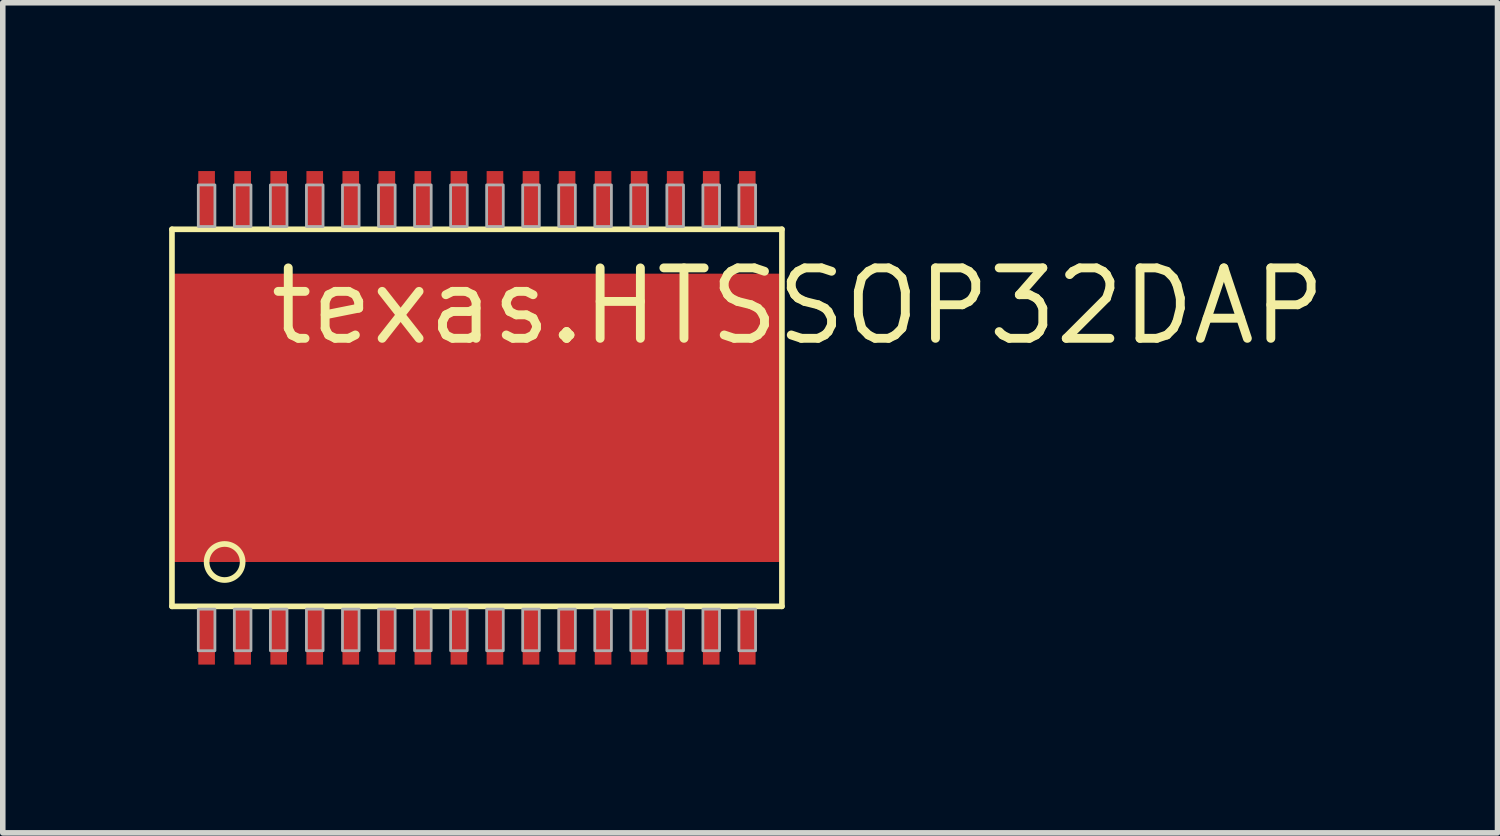
<source format=kicad_pcb>
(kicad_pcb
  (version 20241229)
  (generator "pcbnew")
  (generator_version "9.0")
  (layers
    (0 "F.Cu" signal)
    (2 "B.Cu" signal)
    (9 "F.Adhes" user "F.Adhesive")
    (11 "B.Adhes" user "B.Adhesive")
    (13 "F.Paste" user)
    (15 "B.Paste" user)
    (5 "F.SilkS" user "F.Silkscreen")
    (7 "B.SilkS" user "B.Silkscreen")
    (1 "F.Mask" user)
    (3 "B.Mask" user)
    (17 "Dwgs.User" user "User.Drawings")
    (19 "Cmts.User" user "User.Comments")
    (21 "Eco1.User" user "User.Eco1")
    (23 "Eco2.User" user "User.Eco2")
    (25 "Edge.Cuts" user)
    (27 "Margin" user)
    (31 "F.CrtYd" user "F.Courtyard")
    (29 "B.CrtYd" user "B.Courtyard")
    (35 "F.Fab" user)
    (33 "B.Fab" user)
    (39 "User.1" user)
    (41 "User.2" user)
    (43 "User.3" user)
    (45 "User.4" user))
  (footprint "texas.HTSSOP32DAP"
    (layer "F.Cu")
    (at 5.551 4.485)
    (property "Reference" "texas.HTSSOP32DAP" (at -3.81 -1.27 0) (layer "F.SilkS") (effects (font (size 1.27 1.27) (thickness 0.16)) (justify left bottom)))
    (attr smd)
    (fp_rect (start -5.5 2.6) (end 5.5 -2.6) (stroke (width 0.05) (type default)) (fill yes) (layer "F.Mask"))
    (fp_rect (start -5.035 -3.44) (end -4.715 -4.46) (stroke (width 0.05) (type default)) (fill yes) (layer "F.Mask"))
    (fp_rect (start -5.035 4.46) (end -4.715 3.44) (stroke (width 0.05) (type default)) (fill yes) (layer "F.Mask"))
    (fp_rect (start -5.02 -3.455) (end -4.73 -4.445) (stroke (width 0.05) (type default)) (fill yes) (layer "F.Mask"))
    (fp_rect (start -5.02 4.445) (end -4.73 3.455) (stroke (width 0.05) (type default)) (fill yes) (layer "F.Mask"))
    (fp_rect (start -4.385 -3.44) (end -4.065 -4.46) (stroke (width 0.05) (type default)) (fill yes) (layer "F.Mask"))
    (fp_rect (start -4.385 4.46) (end -4.065 3.44) (stroke (width 0.05) (type default)) (fill yes) (layer "F.Mask"))
    (fp_rect (start -4.37 -3.455) (end -4.08 -4.445) (stroke (width 0.05) (type default)) (fill yes) (layer "F.Mask"))
    (fp_rect (start -4.37 4.445) (end -4.08 3.455) (stroke (width 0.05) (type default)) (fill yes) (layer "F.Mask"))
    (fp_rect (start -3.735 -3.44) (end -3.415 -4.46) (stroke (width 0.05) (type default)) (fill yes) (layer "F.Mask"))
    (fp_rect (start -3.735 4.46) (end -3.415 3.44) (stroke (width 0.05) (type default)) (fill yes) (layer "F.Mask"))
    (fp_rect (start -3.72 -3.455) (end -3.43 -4.445) (stroke (width 0.05) (type default)) (fill yes) (layer "F.Mask"))
    (fp_rect (start -3.72 4.445) (end -3.43 3.455) (stroke (width 0.05) (type default)) (fill yes) (layer "F.Mask"))
    (fp_rect (start -3.085 -3.44) (end -2.765 -4.46) (stroke (width 0.05) (type default)) (fill yes) (layer "F.Mask"))
    (fp_rect (start -3.085 4.46) (end -2.765 3.44) (stroke (width 0.05) (type default)) (fill yes) (layer "F.Mask"))
    (fp_rect (start -3.07 -3.455) (end -2.78 -4.445) (stroke (width 0.05) (type default)) (fill yes) (layer "F.Mask"))
    (fp_rect (start -3.07 4.445) (end -2.78 3.455) (stroke (width 0.05) (type default)) (fill yes) (layer "F.Mask"))
    (fp_rect (start -2.435 -3.44) (end -2.115 -4.46) (stroke (width 0.05) (type default)) (fill yes) (layer "F.Mask"))
    (fp_rect (start -2.435 4.46) (end -2.115 3.44) (stroke (width 0.05) (type default)) (fill yes) (layer "F.Mask"))
    (fp_rect (start -2.42 -3.455) (end -2.13 -4.445) (stroke (width 0.05) (type default)) (fill yes) (layer "F.Mask"))
    (fp_rect (start -2.42 4.445) (end -2.13 3.455) (stroke (width 0.05) (type default)) (fill yes) (layer "F.Mask"))
    (fp_rect (start -1.785 -3.44) (end -1.465 -4.46) (stroke (width 0.05) (type default)) (fill yes) (layer "F.Mask"))
    (fp_rect (start -1.785 4.46) (end -1.465 3.44) (stroke (width 0.05) (type default)) (fill yes) (layer "F.Mask"))
    (fp_rect (start -1.77 -3.455) (end -1.48 -4.445) (stroke (width 0.05) (type default)) (fill yes) (layer "F.Mask"))
    (fp_rect (start -1.77 4.445) (end -1.48 3.455) (stroke (width 0.05) (type default)) (fill yes) (layer "F.Mask"))
    (fp_rect (start -1.135 -3.44) (end -0.815 -4.46) (stroke (width 0.05) (type default)) (fill yes) (layer "F.Mask"))
    (fp_rect (start -1.135 4.46) (end -0.815 3.44) (stroke (width 0.05) (type default)) (fill yes) (layer "F.Mask"))
    (fp_rect (start -1.12 -3.455) (end -0.83 -4.445) (stroke (width 0.05) (type default)) (fill yes) (layer "F.Mask"))
    (fp_rect (start -1.12 4.445) (end -0.83 3.455) (stroke (width 0.05) (type default)) (fill yes) (layer "F.Mask"))
    (fp_rect (start -0.485 -3.44) (end -0.165 -4.46) (stroke (width 0.05) (type default)) (fill yes) (layer "F.Mask"))
    (fp_rect (start -0.485 4.46) (end -0.165 3.44) (stroke (width 0.05) (type default)) (fill yes) (layer "F.Mask"))
    (fp_rect (start -0.47 -3.455) (end -0.18 -4.445) (stroke (width 0.05) (type default)) (fill yes) (layer "F.Mask"))
    (fp_rect (start -0.47 4.445) (end -0.18 3.455) (stroke (width 0.05) (type default)) (fill yes) (layer "F.Mask"))
    (fp_rect (start 0.165 -3.44) (end 0.485 -4.46) (stroke (width 0.05) (type default)) (fill yes) (layer "F.Mask"))
    (fp_rect (start 0.165 4.46) (end 0.485 3.44) (stroke (width 0.05) (type default)) (fill yes) (layer "F.Mask"))
    (fp_rect (start 0.18 -3.455) (end 0.47 -4.445) (stroke (width 0.05) (type default)) (fill yes) (layer "F.Mask"))
    (fp_rect (start 0.18 4.445) (end 0.47 3.455) (stroke (width 0.05) (type default)) (fill yes) (layer "F.Mask"))
    (fp_rect (start 0.815 -3.44) (end 1.135 -4.46) (stroke (width 0.05) (type default)) (fill yes) (layer "F.Mask"))
    (fp_rect (start 0.815 4.46) (end 1.135 3.44) (stroke (width 0.05) (type default)) (fill yes) (layer "F.Mask"))
    (fp_rect (start 0.83 -3.455) (end 1.12 -4.445) (stroke (width 0.05) (type default)) (fill yes) (layer "F.Mask"))
    (fp_rect (start 0.83 4.445) (end 1.12 3.455) (stroke (width 0.05) (type default)) (fill yes) (layer "F.Mask"))
    (fp_rect (start 1.465 -3.44) (end 1.785 -4.46) (stroke (width 0.05) (type default)) (fill yes) (layer "F.Mask"))
    (fp_rect (start 1.465 4.46) (end 1.785 3.44) (stroke (width 0.05) (type default)) (fill yes) (layer "F.Mask"))
    (fp_rect (start 1.48 -3.455) (end 1.77 -4.445) (stroke (width 0.05) (type default)) (fill yes) (layer "F.Mask"))
    (fp_rect (start 1.48 4.445) (end 1.77 3.455) (stroke (width 0.05) (type default)) (fill yes) (layer "F.Mask"))
    (fp_rect (start 2.115 -3.44) (end 2.435 -4.46) (stroke (width 0.05) (type default)) (fill yes) (layer "F.Mask"))
    (fp_rect (start 2.115 4.46) (end 2.435 3.44) (stroke (width 0.05) (type default)) (fill yes) (layer "F.Mask"))
    (fp_rect (start 2.13 -3.455) (end 2.42 -4.445) (stroke (width 0.05) (type default)) (fill yes) (layer "F.Mask"))
    (fp_rect (start 2.13 4.445) (end 2.42 3.455) (stroke (width 0.05) (type default)) (fill yes) (layer "F.Mask"))
    (fp_rect (start 2.765 -3.44) (end 3.085 -4.46) (stroke (width 0.05) (type default)) (fill yes) (layer "F.Mask"))
    (fp_rect (start 2.765 4.46) (end 3.085 3.44) (stroke (width 0.05) (type default)) (fill yes) (layer "F.Mask"))
    (fp_rect (start 2.78 -3.455) (end 3.07 -4.445) (stroke (width 0.05) (type default)) (fill yes) (layer "F.Mask"))
    (fp_rect (start 2.78 4.445) (end 3.07 3.455) (stroke (width 0.05) (type default)) (fill yes) (layer "F.Mask"))
    (fp_rect (start 3.415 -3.44) (end 3.735 -4.46) (stroke (width 0.05) (type default)) (fill yes) (layer "F.Mask"))
    (fp_rect (start 3.415 4.46) (end 3.735 3.44) (stroke (width 0.05) (type default)) (fill yes) (layer "F.Mask"))
    (fp_rect (start 3.43 -3.455) (end 3.72 -4.445) (stroke (width 0.05) (type default)) (fill yes) (layer "F.Mask"))
    (fp_rect (start 3.43 4.445) (end 3.72 3.455) (stroke (width 0.05) (type default)) (fill yes) (layer "F.Mask"))
    (fp_rect (start 4.065 -3.44) (end 4.385 -4.46) (stroke (width 0.05) (type default)) (fill yes) (layer "F.Mask"))
    (fp_rect (start 4.065 4.46) (end 4.385 3.44) (stroke (width 0.05) (type default)) (fill yes) (layer "F.Mask"))
    (fp_rect (start 4.08 -3.455) (end 4.37 -4.445) (stroke (width 0.05) (type default)) (fill yes) (layer "F.Mask"))
    (fp_rect (start 4.08 4.445) (end 4.37 3.455) (stroke (width 0.05) (type default)) (fill yes) (layer "F.Mask"))
    (fp_rect (start 4.715 -3.44) (end 5.035 -4.46) (stroke (width 0.05) (type default)) (fill yes) (layer "F.Mask"))
    (fp_rect (start 4.715 4.46) (end 5.035 3.44) (stroke (width 0.05) (type default)) (fill yes) (layer "F.Mask"))
    (fp_rect (start 4.73 -3.455) (end 5.02 -4.445) (stroke (width 0.05) (type default)) (fill yes) (layer "F.Mask"))
    (fp_rect (start 4.73 4.445) (end 5.02 3.455) (stroke (width 0.05) (type default)) (fill yes) (layer "F.Mask"))
    (fp_line (start -5.5 -3.4) (end 5.5 -3.4) (stroke (width 0.102) (type default)) (layer "F.SilkS"))
    (fp_line (start -5.5 3.4) (end -5.5 -3.4) (stroke (width 0.102) (type default)) (layer "F.SilkS"))
    (fp_line (start 5.5 -3.4) (end 5.5 3.4) (stroke (width 0.102) (type default)) (layer "F.SilkS"))
    (fp_line (start 5.5 3.4) (end -5.5 3.4) (stroke (width 0.102) (type default)) (layer "F.SilkS"))
    (fp_circle (center -4.55 2.6) (end -4.225 2.6) (stroke (width 0.102) (type default)) (fill no) (layer "F.SilkS"))
    (fp_rect (start -5.025 -3.45) (end -4.725 -4.2) (stroke (width 0.05) (type default)) (fill no) (layer "F.Fab"))
    (fp_rect (start -5.025 4.2) (end -4.725 3.45) (stroke (width 0.05) (type default)) (fill no) (layer "F.Fab"))
    (fp_rect (start -4.375 -3.45) (end -4.075 -4.2) (stroke (width 0.05) (type default)) (fill no) (layer "F.Fab"))
    (fp_rect (start -4.375 4.2) (end -4.075 3.45) (stroke (width 0.05) (type default)) (fill no) (layer "F.Fab"))
    (fp_rect (start -3.725 -3.45) (end -3.425 -4.2) (stroke (width 0.05) (type default)) (fill no) (layer "F.Fab"))
    (fp_rect (start -3.725 4.2) (end -3.425 3.45) (stroke (width 0.05) (type default)) (fill no) (layer "F.Fab"))
    (fp_rect (start -3.075 -3.45) (end -2.775 -4.2) (stroke (width 0.05) (type default)) (fill no) (layer "F.Fab"))
    (fp_rect (start -3.075 4.2) (end -2.775 3.45) (stroke (width 0.05) (type default)) (fill no) (layer "F.Fab"))
    (fp_rect (start -2.425 -3.45) (end -2.125 -4.2) (stroke (width 0.05) (type default)) (fill no) (layer "F.Fab"))
    (fp_rect (start -2.425 4.2) (end -2.125 3.45) (stroke (width 0.05) (type default)) (fill no) (layer "F.Fab"))
    (fp_rect (start -1.775 -3.45) (end -1.475 -4.2) (stroke (width 0.05) (type default)) (fill no) (layer "F.Fab"))
    (fp_rect (start -1.775 4.2) (end -1.475 3.45) (stroke (width 0.05) (type default)) (fill no) (layer "F.Fab"))
    (fp_rect (start -1.125 -3.45) (end -0.825 -4.2) (stroke (width 0.05) (type default)) (fill no) (layer "F.Fab"))
    (fp_rect (start -1.125 4.2) (end -0.825 3.45) (stroke (width 0.05) (type default)) (fill no) (layer "F.Fab"))
    (fp_rect (start -0.475 -3.45) (end -0.175 -4.2) (stroke (width 0.05) (type default)) (fill no) (layer "F.Fab"))
    (fp_rect (start -0.475 4.2) (end -0.175 3.45) (stroke (width 0.05) (type default)) (fill no) (layer "F.Fab"))
    (fp_rect (start 0.175 -3.45) (end 0.475 -4.2) (stroke (width 0.05) (type default)) (fill no) (layer "F.Fab"))
    (fp_rect (start 0.175 4.2) (end 0.475 3.45) (stroke (width 0.05) (type default)) (fill no) (layer "F.Fab"))
    (fp_rect (start 0.825 -3.45) (end 1.125 -4.2) (stroke (width 0.05) (type default)) (fill no) (layer "F.Fab"))
    (fp_rect (start 0.825 4.2) (end 1.125 3.45) (stroke (width 0.05) (type default)) (fill no) (layer "F.Fab"))
    (fp_rect (start 1.475 -3.45) (end 1.775 -4.2) (stroke (width 0.05) (type default)) (fill no) (layer "F.Fab"))
    (fp_rect (start 1.475 4.2) (end 1.775 3.45) (stroke (width 0.05) (type default)) (fill no) (layer "F.Fab"))
    (fp_rect (start 2.125 -3.45) (end 2.425 -4.2) (stroke (width 0.05) (type default)) (fill no) (layer "F.Fab"))
    (fp_rect (start 2.125 4.2) (end 2.425 3.45) (stroke (width 0.05) (type default)) (fill no) (layer "F.Fab"))
    (fp_rect (start 2.775 -3.45) (end 3.075 -4.2) (stroke (width 0.05) (type default)) (fill no) (layer "F.Fab"))
    (fp_rect (start 2.775 4.2) (end 3.075 3.45) (stroke (width 0.05) (type default)) (fill no) (layer "F.Fab"))
    (fp_rect (start 3.425 -3.45) (end 3.725 -4.2) (stroke (width 0.05) (type default)) (fill no) (layer "F.Fab"))
    (fp_rect (start 3.425 4.2) (end 3.725 3.45) (stroke (width 0.05) (type default)) (fill no) (layer "F.Fab"))
    (fp_rect (start 4.075 -3.45) (end 4.375 -4.2) (stroke (width 0.05) (type default)) (fill no) (layer "F.Fab"))
    (fp_rect (start 4.075 4.2) (end 4.375 3.45) (stroke (width 0.05) (type default)) (fill no) (layer "F.Fab"))
    (fp_rect (start 4.725 -3.45) (end 5.025 -4.2) (stroke (width 0.05) (type default)) (fill no) (layer "F.Fab"))
    (fp_rect (start 4.725 4.2) (end 5.025 3.45) (stroke (width 0.05) (type default)) (fill no) (layer "F.Fab"))
    (pad "1" smd roundrect (at -4.875 3.95) (size 0.3 1) (layers "F.Cu" "F.Mask" "F.Paste") (roundrect_rratio 0.01))
    (pad "2" smd roundrect (at -4.225 3.95) (size 0.3 1) (layers "F.Cu" "F.Mask" "F.Paste") (roundrect_rratio 0.01))
    (pad "3" smd roundrect (at -3.575 3.95) (size 0.3 1) (layers "F.Cu" "F.Mask" "F.Paste") (roundrect_rratio 0.01))
    (pad "4" smd roundrect (at -2.925 3.95) (size 0.3 1) (layers "F.Cu" "F.Mask" "F.Paste") (roundrect_rratio 0.01))
    (pad "5" smd roundrect (at -2.275 3.95) (size 0.3 1) (layers "F.Cu" "F.Mask" "F.Paste") (roundrect_rratio 0.01))
    (pad "6" smd roundrect (at -1.625 3.95) (size 0.3 1) (layers "F.Cu" "F.Mask" "F.Paste") (roundrect_rratio 0.01))
    (pad "7" smd roundrect (at -0.975 3.95) (size 0.3 1) (layers "F.Cu" "F.Mask" "F.Paste") (roundrect_rratio 0.01))
    (pad "8" smd roundrect (at -0.325 3.95) (size 0.3 1) (layers "F.Cu" "F.Mask" "F.Paste") (roundrect_rratio 0.01))
    (pad "9" smd roundrect (at 0.325 3.95) (size 0.3 1) (layers "F.Cu" "F.Mask" "F.Paste") (roundrect_rratio 0.01))
    (pad "10" smd roundrect (at 0.975 3.95) (size 0.3 1) (layers "F.Cu" "F.Mask" "F.Paste") (roundrect_rratio 0.01))
    (pad "11" smd roundrect (at 1.625 3.95) (size 0.3 1) (layers "F.Cu" "F.Mask" "F.Paste") (roundrect_rratio 0.01))
    (pad "12" smd roundrect (at 2.275 3.95) (size 0.3 1) (layers "F.Cu" "F.Mask" "F.Paste") (roundrect_rratio 0.01))
    (pad "13" smd roundrect (at 2.925 3.95) (size 0.3 1) (layers "F.Cu" "F.Mask" "F.Paste") (roundrect_rratio 0.01))
    (pad "14" smd roundrect (at 3.575 3.95) (size 0.3 1) (layers "F.Cu" "F.Mask" "F.Paste") (roundrect_rratio 0.01))
    (pad "15" smd roundrect (at 4.225 3.95) (size 0.3 1) (layers "F.Cu" "F.Mask" "F.Paste") (roundrect_rratio 0.01))
    (pad "16" smd roundrect (at 4.875 3.95) (size 0.3 1) (layers "F.Cu" "F.Mask" "F.Paste") (roundrect_rratio 0.01))
    (pad "17" smd roundrect (at 4.875 -3.95 180) (size 0.3 1) (layers "F.Cu" "F.Mask" "F.Paste") (roundrect_rratio 0.01))
    (pad "18" smd roundrect (at 4.225 -3.95 180) (size 0.3 1) (layers "F.Cu" "F.Mask" "F.Paste") (roundrect_rratio 0.01))
    (pad "19" smd roundrect (at 3.575 -3.95 180) (size 0.3 1) (layers "F.Cu" "F.Mask" "F.Paste") (roundrect_rratio 0.01))
    (pad "20" smd roundrect (at 2.925 -3.95 180) (size 0.3 1) (layers "F.Cu" "F.Mask" "F.Paste") (roundrect_rratio 0.01))
    (pad "21" smd roundrect (at 2.275 -3.95 180) (size 0.3 1) (layers "F.Cu" "F.Mask" "F.Paste") (roundrect_rratio 0.01))
    (pad "22" smd roundrect (at 1.625 -3.95 180) (size 0.3 1) (layers "F.Cu" "F.Mask" "F.Paste") (roundrect_rratio 0.01))
    (pad "23" smd roundrect (at 0.975 -3.95 180) (size 0.3 1) (layers "F.Cu" "F.Mask" "F.Paste") (roundrect_rratio 0.01))
    (pad "24" smd roundrect (at 0.325 -3.95 180) (size 0.3 1) (layers "F.Cu" "F.Mask" "F.Paste") (roundrect_rratio 0.01))
    (pad "25" smd roundrect (at -0.325 -3.95 180) (size 0.3 1) (layers "F.Cu" "F.Mask" "F.Paste") (roundrect_rratio 0.01))
    (pad "26" smd roundrect (at -0.975 -3.95 180) (size 0.3 1) (layers "F.Cu" "F.Mask" "F.Paste") (roundrect_rratio 0.01))
    (pad "27" smd roundrect (at -1.625 -3.95 180) (size 0.3 1) (layers "F.Cu" "F.Mask" "F.Paste") (roundrect_rratio 0.01))
    (pad "28" smd roundrect (at -2.275 -3.95 180) (size 0.3 1) (layers "F.Cu" "F.Mask" "F.Paste") (roundrect_rratio 0.01))
    (pad "29" smd roundrect (at -2.925 -3.95 180) (size 0.3 1) (layers "F.Cu" "F.Mask" "F.Paste") (roundrect_rratio 0.01))
    (pad "30" smd roundrect (at -3.575 -3.95 180) (size 0.3 1) (layers "F.Cu" "F.Mask" "F.Paste") (roundrect_rratio 0.01))
    (pad "31" smd roundrect (at -4.225 -3.95 180) (size 0.3 1) (layers "F.Cu" "F.Mask" "F.Paste") (roundrect_rratio 0.01))
    (pad "32" smd roundrect (at -4.875 -3.95 180) (size 0.3 1) (layers "F.Cu" "F.Mask" "F.Paste") (roundrect_rratio 0.01))
    (pad "EXP" smd roundrect (at 0 0) (size 11 5.2) (layers "F.Cu" "F.Mask" "F.Paste") (roundrect_rratio 0.01)))
  (gr_rect
    (start -3 -3)
    (end 23.956 11.97)
    (stroke (width 0.1) (type default))
    (fill no)
    (layer "Edge.Cuts")))
</source>
